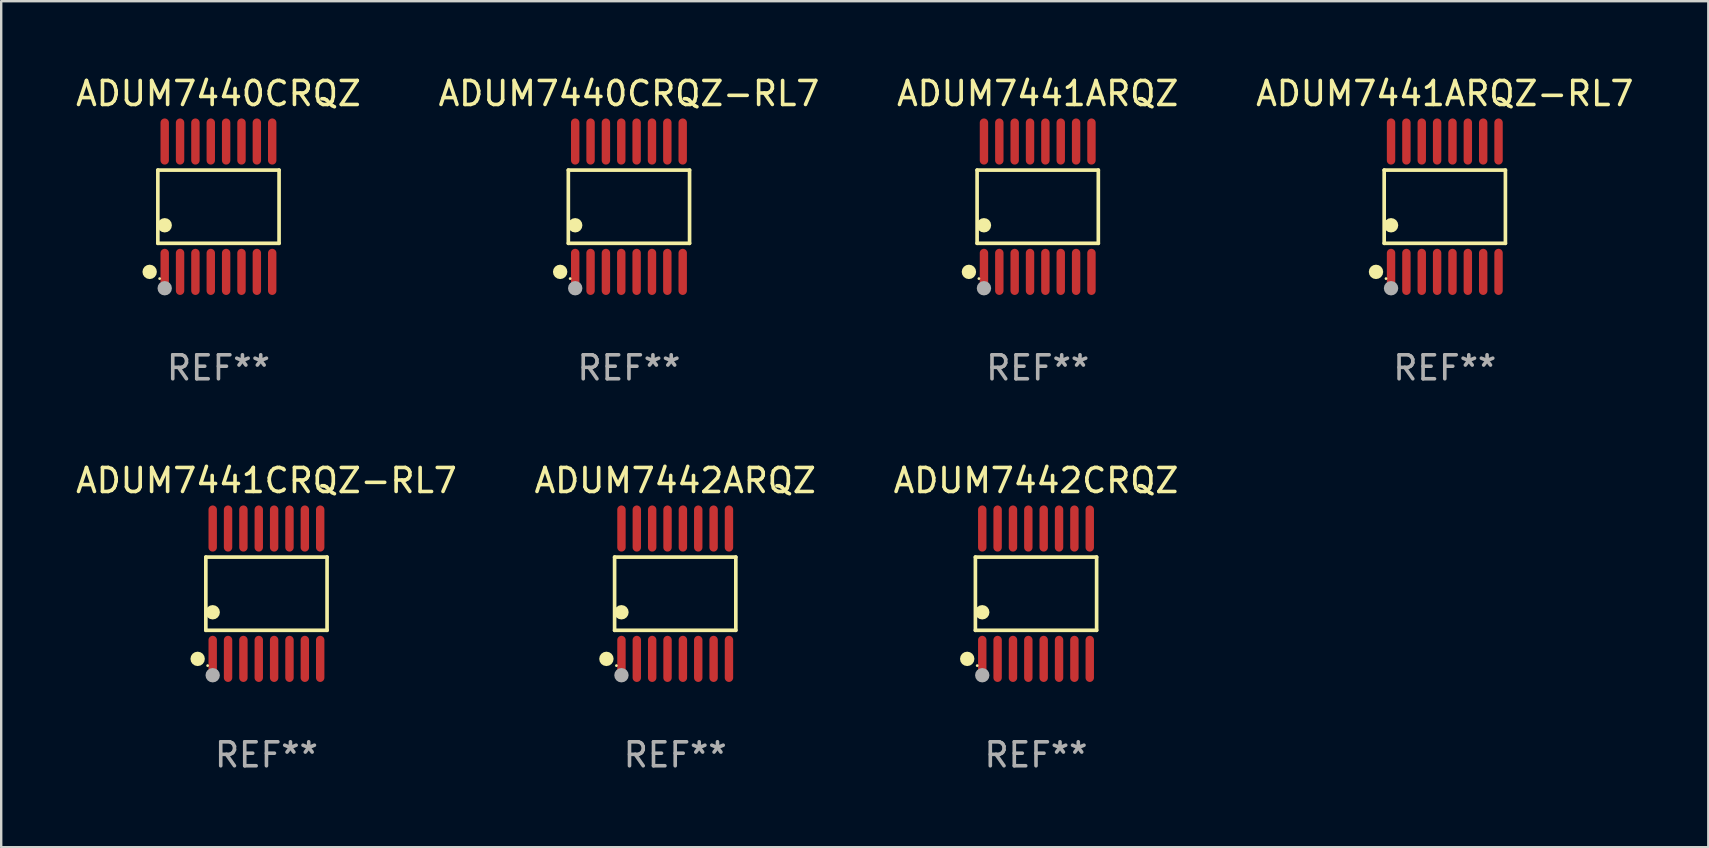
<source format=kicad_pcb>
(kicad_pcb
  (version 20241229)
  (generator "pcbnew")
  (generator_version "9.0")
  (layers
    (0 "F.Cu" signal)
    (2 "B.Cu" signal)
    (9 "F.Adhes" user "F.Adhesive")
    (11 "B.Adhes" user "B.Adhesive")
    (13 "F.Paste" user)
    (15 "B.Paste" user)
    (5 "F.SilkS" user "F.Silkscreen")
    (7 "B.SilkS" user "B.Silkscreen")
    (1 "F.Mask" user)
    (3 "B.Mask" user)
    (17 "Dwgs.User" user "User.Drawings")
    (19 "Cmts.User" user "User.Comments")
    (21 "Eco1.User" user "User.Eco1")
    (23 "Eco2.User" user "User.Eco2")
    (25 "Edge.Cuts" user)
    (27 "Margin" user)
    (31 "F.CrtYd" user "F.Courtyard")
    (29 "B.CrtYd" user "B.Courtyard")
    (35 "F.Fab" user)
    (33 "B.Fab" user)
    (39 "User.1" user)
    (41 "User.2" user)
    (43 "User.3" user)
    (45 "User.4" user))
  (footprint "ADUM7441ARQZ"
    (layer "F.Cu")
    (at 40.196 5.564)
    (property "Reference" "ADUM7441ARQZ" (at 0 -4.716 0) (layer "F.SilkS") (effects (font (size 1 1) (thickness 0.15))))
    (attr through_hole)
    (fp_line (start -2.526 -1.526) (end 2.526 -1.526) (stroke (width 0.152) (type solid)) (layer "F.SilkS"))
    (fp_line (start -2.526 1.526) (end -2.526 -1.526) (stroke (width 0.152) (type solid)) (layer "F.SilkS"))
    (fp_line (start 2.526 -1.526) (end 2.526 1.526) (stroke (width 0.152) (type solid)) (layer "F.SilkS"))
    (fp_line (start 2.526 1.526) (end -2.526 1.526) (stroke (width 0.152) (type solid)) (layer "F.SilkS"))
    (fp_circle (center -2.867 2.716) (end -2.717 2.716) (stroke (width 0.3) (type solid)) (fill no) (layer "F.SilkS"))
    (fp_circle (center -2.45 2.997) (end -2.42 2.997) (stroke (width 0.06) (type solid)) (fill no) (layer "F.SilkS"))
    (fp_circle (center -2.24 0.774) (end -2.09 0.774) (stroke (width 0.3) (type solid)) (fill no) (layer "F.SilkS"))
    (fp_circle (center -2.24 3.398) (end -2.09 3.398) (stroke (width 0.3) (type solid)) (fill no) (layer "F.Fab"))
    (fp_text user "REF**" (at 0 6.716 0) (layer "F.Fab") (effects (font (size 1 1) (thickness 0.15))))
    (pad "1" smd oval (at -2.24 2.716) (size 0.35 1.922) (layers "F.Cu" "F.Mask" "F.Paste"))
    (pad "2" smd oval (at -1.6 2.716) (size 0.35 1.922) (layers "F.Cu" "F.Mask" "F.Paste"))
    (pad "3" smd oval (at -0.96 2.716) (size 0.35 1.922) (layers "F.Cu" "F.Mask" "F.Paste"))
    (pad "4" smd oval (at -0.32 2.716) (size 0.35 1.922) (layers "F.Cu" "F.Mask" "F.Paste"))
    (pad "5" smd oval (at 0.32 2.716) (size 0.35 1.922) (layers "F.Cu" "F.Mask" "F.Paste"))
    (pad "6" smd oval (at 0.96 2.716) (size 0.35 1.922) (layers "F.Cu" "F.Mask" "F.Paste"))
    (pad "7" smd oval (at 1.6 2.716) (size 0.35 1.922) (layers "F.Cu" "F.Mask" "F.Paste"))
    (pad "8" smd oval (at 2.24 2.716) (size 0.35 1.922) (layers "F.Cu" "F.Mask" "F.Paste"))
    (pad "9" smd oval (at 2.24 -2.716) (size 0.35 1.922) (layers "F.Cu" "F.Mask" "F.Paste"))
    (pad "10" smd oval (at 1.6 -2.716) (size 0.35 1.922) (layers "F.Cu" "F.Mask" "F.Paste"))
    (pad "11" smd oval (at 0.96 -2.716) (size 0.35 1.922) (layers "F.Cu" "F.Mask" "F.Paste"))
    (pad "12" smd oval (at 0.32 -2.716) (size 0.35 1.922) (layers "F.Cu" "F.Mask" "F.Paste"))
    (pad "13" smd oval (at -0.32 -2.716) (size 0.35 1.922) (layers "F.Cu" "F.Mask" "F.Paste"))
    (pad "14" smd oval (at -0.96 -2.716) (size 0.35 1.922) (layers "F.Cu" "F.Mask" "F.Paste"))
    (pad "15" smd oval (at -1.6 -2.716) (size 0.35 1.922) (layers "F.Cu" "F.Mask" "F.Paste"))
    (pad "16" smd oval (at -2.24 -2.716) (size 0.35 1.922) (layers "F.Cu" "F.Mask" "F.Paste")))
  (footprint "ADUM7442ARQZ"
    (layer "F.Cu")
    (at 25.089 21.692)
    (property "Reference" "ADUM7442ARQZ" (at 0 -4.716 0) (layer "F.SilkS") (effects (font (size 1 1) (thickness 0.15))))
    (attr through_hole)
    (fp_line (start -2.526 -1.526) (end 2.526 -1.526) (stroke (width 0.152) (type solid)) (layer "F.SilkS"))
    (fp_line (start -2.526 1.526) (end -2.526 -1.526) (stroke (width 0.152) (type solid)) (layer "F.SilkS"))
    (fp_line (start 2.526 -1.526) (end 2.526 1.526) (stroke (width 0.152) (type solid)) (layer "F.SilkS"))
    (fp_line (start 2.526 1.526) (end -2.526 1.526) (stroke (width 0.152) (type solid)) (layer "F.SilkS"))
    (fp_circle (center -2.867 2.716) (end -2.717 2.716) (stroke (width 0.3) (type solid)) (fill no) (layer "F.SilkS"))
    (fp_circle (center -2.45 2.997) (end -2.42 2.997) (stroke (width 0.06) (type solid)) (fill no) (layer "F.SilkS"))
    (fp_circle (center -2.24 0.774) (end -2.09 0.774) (stroke (width 0.3) (type solid)) (fill no) (layer "F.SilkS"))
    (fp_circle (center -2.24 3.398) (end -2.09 3.398) (stroke (width 0.3) (type solid)) (fill no) (layer "F.Fab"))
    (fp_text user "REF**" (at 0 6.716 0) (layer "F.Fab") (effects (font (size 1 1) (thickness 0.15))))
    (pad "1" smd oval (at -2.24 2.716) (size 0.35 1.922) (layers "F.Cu" "F.Mask" "F.Paste"))
    (pad "2" smd oval (at -1.6 2.716) (size 0.35 1.922) (layers "F.Cu" "F.Mask" "F.Paste"))
    (pad "3" smd oval (at -0.96 2.716) (size 0.35 1.922) (layers "F.Cu" "F.Mask" "F.Paste"))
    (pad "4" smd oval (at -0.32 2.716) (size 0.35 1.922) (layers "F.Cu" "F.Mask" "F.Paste"))
    (pad "5" smd oval (at 0.32 2.716) (size 0.35 1.922) (layers "F.Cu" "F.Mask" "F.Paste"))
    (pad "6" smd oval (at 0.96 2.716) (size 0.35 1.922) (layers "F.Cu" "F.Mask" "F.Paste"))
    (pad "7" smd oval (at 1.6 2.716) (size 0.35 1.922) (layers "F.Cu" "F.Mask" "F.Paste"))
    (pad "8" smd oval (at 2.24 2.716) (size 0.35 1.922) (layers "F.Cu" "F.Mask" "F.Paste"))
    (pad "9" smd oval (at 2.24 -2.716) (size 0.35 1.922) (layers "F.Cu" "F.Mask" "F.Paste"))
    (pad "10" smd oval (at 1.6 -2.716) (size 0.35 1.922) (layers "F.Cu" "F.Mask" "F.Paste"))
    (pad "11" smd oval (at 0.96 -2.716) (size 0.35 1.922) (layers "F.Cu" "F.Mask" "F.Paste"))
    (pad "12" smd oval (at 0.32 -2.716) (size 0.35 1.922) (layers "F.Cu" "F.Mask" "F.Paste"))
    (pad "13" smd oval (at -0.32 -2.716) (size 0.35 1.922) (layers "F.Cu" "F.Mask" "F.Paste"))
    (pad "14" smd oval (at -0.96 -2.716) (size 0.35 1.922) (layers "F.Cu" "F.Mask" "F.Paste"))
    (pad "15" smd oval (at -1.6 -2.716) (size 0.35 1.922) (layers "F.Cu" "F.Mask" "F.Paste"))
    (pad "16" smd oval (at -2.24 -2.716) (size 0.35 1.922) (layers "F.Cu" "F.Mask" "F.Paste")))
  (footprint "ADUM7441CRQZ-RL7"
    (layer "F.Cu")
    (at 8.054 21.692)
    (property "Reference" "ADUM7441CRQZ-RL7" (at 0 -4.716 0) (layer "F.SilkS") (effects (font (size 1 1) (thickness 0.15))))
    (attr through_hole)
    (fp_line (start -2.526 -1.526) (end 2.526 -1.526) (stroke (width 0.152) (type solid)) (layer "F.SilkS"))
    (fp_line (start -2.526 1.526) (end -2.526 -1.526) (stroke (width 0.152) (type solid)) (layer "F.SilkS"))
    (fp_line (start 2.526 -1.526) (end 2.526 1.526) (stroke (width 0.152) (type solid)) (layer "F.SilkS"))
    (fp_line (start 2.526 1.526) (end -2.526 1.526) (stroke (width 0.152) (type solid)) (layer "F.SilkS"))
    (fp_circle (center -2.867 2.716) (end -2.717 2.716) (stroke (width 0.3) (type solid)) (fill no) (layer "F.SilkS"))
    (fp_circle (center -2.45 2.997) (end -2.42 2.997) (stroke (width 0.06) (type solid)) (fill no) (layer "F.SilkS"))
    (fp_circle (center -2.24 0.774) (end -2.09 0.774) (stroke (width 0.3) (type solid)) (fill no) (layer "F.SilkS"))
    (fp_circle (center -2.24 3.398) (end -2.09 3.398) (stroke (width 0.3) (type solid)) (fill no) (layer "F.Fab"))
    (fp_text user "REF**" (at 0 6.716 0) (layer "F.Fab") (effects (font (size 1 1) (thickness 0.15))))
    (pad "1" smd oval (at -2.24 2.716) (size 0.35 1.922) (layers "F.Cu" "F.Mask" "F.Paste"))
    (pad "2" smd oval (at -1.6 2.716) (size 0.35 1.922) (layers "F.Cu" "F.Mask" "F.Paste"))
    (pad "3" smd oval (at -0.96 2.716) (size 0.35 1.922) (layers "F.Cu" "F.Mask" "F.Paste"))
    (pad "4" smd oval (at -0.32 2.716) (size 0.35 1.922) (layers "F.Cu" "F.Mask" "F.Paste"))
    (pad "5" smd oval (at 0.32 2.716) (size 0.35 1.922) (layers "F.Cu" "F.Mask" "F.Paste"))
    (pad "6" smd oval (at 0.96 2.716) (size 0.35 1.922) (layers "F.Cu" "F.Mask" "F.Paste"))
    (pad "7" smd oval (at 1.6 2.716) (size 0.35 1.922) (layers "F.Cu" "F.Mask" "F.Paste"))
    (pad "8" smd oval (at 2.24 2.716) (size 0.35 1.922) (layers "F.Cu" "F.Mask" "F.Paste"))
    (pad "9" smd oval (at 2.24 -2.716) (size 0.35 1.922) (layers "F.Cu" "F.Mask" "F.Paste"))
    (pad "10" smd oval (at 1.6 -2.716) (size 0.35 1.922) (layers "F.Cu" "F.Mask" "F.Paste"))
    (pad "11" smd oval (at 0.96 -2.716) (size 0.35 1.922) (layers "F.Cu" "F.Mask" "F.Paste"))
    (pad "12" smd oval (at 0.32 -2.716) (size 0.35 1.922) (layers "F.Cu" "F.Mask" "F.Paste"))
    (pad "13" smd oval (at -0.32 -2.716) (size 0.35 1.922) (layers "F.Cu" "F.Mask" "F.Paste"))
    (pad "14" smd oval (at -0.96 -2.716) (size 0.35 1.922) (layers "F.Cu" "F.Mask" "F.Paste"))
    (pad "15" smd oval (at -1.6 -2.716) (size 0.35 1.922) (layers "F.Cu" "F.Mask" "F.Paste"))
    (pad "16" smd oval (at -2.24 -2.716) (size 0.35 1.922) (layers "F.Cu" "F.Mask" "F.Paste")))
  (footprint "ADUM7441ARQZ-RL7"
    (layer "F.Cu")
    (at 57.161 5.564)
    (property "Reference" "ADUM7441ARQZ-RL7" (at 0 -4.716 0) (layer "F.SilkS") (effects (font (size 1 1) (thickness 0.15))))
    (attr through_hole)
    (fp_line (start -2.526 -1.526) (end 2.526 -1.526) (stroke (width 0.152) (type solid)) (layer "F.SilkS"))
    (fp_line (start -2.526 1.526) (end -2.526 -1.526) (stroke (width 0.152) (type solid)) (layer "F.SilkS"))
    (fp_line (start 2.526 -1.526) (end 2.526 1.526) (stroke (width 0.152) (type solid)) (layer "F.SilkS"))
    (fp_line (start 2.526 1.526) (end -2.526 1.526) (stroke (width 0.152) (type solid)) (layer "F.SilkS"))
    (fp_circle (center -2.867 2.716) (end -2.717 2.716) (stroke (width 0.3) (type solid)) (fill no) (layer "F.SilkS"))
    (fp_circle (center -2.45 2.997) (end -2.42 2.997) (stroke (width 0.06) (type solid)) (fill no) (layer "F.SilkS"))
    (fp_circle (center -2.24 0.774) (end -2.09 0.774) (stroke (width 0.3) (type solid)) (fill no) (layer "F.SilkS"))
    (fp_circle (center -2.24 3.398) (end -2.09 3.398) (stroke (width 0.3) (type solid)) (fill no) (layer "F.Fab"))
    (fp_text user "REF**" (at 0 6.716 0) (layer "F.Fab") (effects (font (size 1 1) (thickness 0.15))))
    (pad "1" smd oval (at -2.24 2.716) (size 0.35 1.922) (layers "F.Cu" "F.Mask" "F.Paste"))
    (pad "2" smd oval (at -1.6 2.716) (size 0.35 1.922) (layers "F.Cu" "F.Mask" "F.Paste"))
    (pad "3" smd oval (at -0.96 2.716) (size 0.35 1.922) (layers "F.Cu" "F.Mask" "F.Paste"))
    (pad "4" smd oval (at -0.32 2.716) (size 0.35 1.922) (layers "F.Cu" "F.Mask" "F.Paste"))
    (pad "5" smd oval (at 0.32 2.716) (size 0.35 1.922) (layers "F.Cu" "F.Mask" "F.Paste"))
    (pad "6" smd oval (at 0.96 2.716) (size 0.35 1.922) (layers "F.Cu" "F.Mask" "F.Paste"))
    (pad "7" smd oval (at 1.6 2.716) (size 0.35 1.922) (layers "F.Cu" "F.Mask" "F.Paste"))
    (pad "8" smd oval (at 2.24 2.716) (size 0.35 1.922) (layers "F.Cu" "F.Mask" "F.Paste"))
    (pad "9" smd oval (at 2.24 -2.716) (size 0.35 1.922) (layers "F.Cu" "F.Mask" "F.Paste"))
    (pad "10" smd oval (at 1.6 -2.716) (size 0.35 1.922) (layers "F.Cu" "F.Mask" "F.Paste"))
    (pad "11" smd oval (at 0.96 -2.716) (size 0.35 1.922) (layers "F.Cu" "F.Mask" "F.Paste"))
    (pad "12" smd oval (at 0.32 -2.716) (size 0.35 1.922) (layers "F.Cu" "F.Mask" "F.Paste"))
    (pad "13" smd oval (at -0.32 -2.716) (size 0.35 1.922) (layers "F.Cu" "F.Mask" "F.Paste"))
    (pad "14" smd oval (at -0.96 -2.716) (size 0.35 1.922) (layers "F.Cu" "F.Mask" "F.Paste"))
    (pad "15" smd oval (at -1.6 -2.716) (size 0.35 1.922) (layers "F.Cu" "F.Mask" "F.Paste"))
    (pad "16" smd oval (at -2.24 -2.716) (size 0.35 1.922) (layers "F.Cu" "F.Mask" "F.Paste")))
  (footprint "ADUM7440CRQZ"
    (layer "F.Cu")
    (at 6.054 5.564)
    (property "Reference" "ADUM7440CRQZ" (at 0 -4.716 0) (layer "F.SilkS") (effects (font (size 1 1) (thickness 0.15))))
    (attr through_hole)
    (fp_line (start -2.526 -1.526) (end 2.526 -1.526) (stroke (width 0.152) (type solid)) (layer "F.SilkS"))
    (fp_line (start -2.526 1.526) (end -2.526 -1.526) (stroke (width 0.152) (type solid)) (layer "F.SilkS"))
    (fp_line (start 2.526 -1.526) (end 2.526 1.526) (stroke (width 0.152) (type solid)) (layer "F.SilkS"))
    (fp_line (start 2.526 1.526) (end -2.526 1.526) (stroke (width 0.152) (type solid)) (layer "F.SilkS"))
    (fp_circle (center -2.867 2.716) (end -2.717 2.716) (stroke (width 0.3) (type solid)) (fill no) (layer "F.SilkS"))
    (fp_circle (center -2.45 2.997) (end -2.42 2.997) (stroke (width 0.06) (type solid)) (fill no) (layer "F.SilkS"))
    (fp_circle (center -2.24 0.774) (end -2.09 0.774) (stroke (width 0.3) (type solid)) (fill no) (layer "F.SilkS"))
    (fp_circle (center -2.24 3.398) (end -2.09 3.398) (stroke (width 0.3) (type solid)) (fill no) (layer "F.Fab"))
    (fp_text user "REF**" (at 0 6.716 0) (layer "F.Fab") (effects (font (size 1 1) (thickness 0.15))))
    (pad "1" smd oval (at -2.24 2.716) (size 0.35 1.922) (layers "F.Cu" "F.Mask" "F.Paste"))
    (pad "2" smd oval (at -1.6 2.716) (size 0.35 1.922) (layers "F.Cu" "F.Mask" "F.Paste"))
    (pad "3" smd oval (at -0.96 2.716) (size 0.35 1.922) (layers "F.Cu" "F.Mask" "F.Paste"))
    (pad "4" smd oval (at -0.32 2.716) (size 0.35 1.922) (layers "F.Cu" "F.Mask" "F.Paste"))
    (pad "5" smd oval (at 0.32 2.716) (size 0.35 1.922) (layers "F.Cu" "F.Mask" "F.Paste"))
    (pad "6" smd oval (at 0.96 2.716) (size 0.35 1.922) (layers "F.Cu" "F.Mask" "F.Paste"))
    (pad "7" smd oval (at 1.6 2.716) (size 0.35 1.922) (layers "F.Cu" "F.Mask" "F.Paste"))
    (pad "8" smd oval (at 2.24 2.716) (size 0.35 1.922) (layers "F.Cu" "F.Mask" "F.Paste"))
    (pad "9" smd oval (at 2.24 -2.716) (size 0.35 1.922) (layers "F.Cu" "F.Mask" "F.Paste"))
    (pad "10" smd oval (at 1.6 -2.716) (size 0.35 1.922) (layers "F.Cu" "F.Mask" "F.Paste"))
    (pad "11" smd oval (at 0.96 -2.716) (size 0.35 1.922) (layers "F.Cu" "F.Mask" "F.Paste"))
    (pad "12" smd oval (at 0.32 -2.716) (size 0.35 1.922) (layers "F.Cu" "F.Mask" "F.Paste"))
    (pad "13" smd oval (at -0.32 -2.716) (size 0.35 1.922) (layers "F.Cu" "F.Mask" "F.Paste"))
    (pad "14" smd oval (at -0.96 -2.716) (size 0.35 1.922) (layers "F.Cu" "F.Mask" "F.Paste"))
    (pad "15" smd oval (at -1.6 -2.716) (size 0.35 1.922) (layers "F.Cu" "F.Mask" "F.Paste"))
    (pad "16" smd oval (at -2.24 -2.716) (size 0.35 1.922) (layers "F.Cu" "F.Mask" "F.Paste")))
  (footprint "ADUM7440CRQZ-RL7"
    (layer "F.Cu")
    (at 23.161 5.564)
    (property "Reference" "ADUM7440CRQZ-RL7" (at 0 -4.716 0) (layer "F.SilkS") (effects (font (size 1 1) (thickness 0.15))))
    (attr through_hole)
    (fp_line (start -2.526 -1.526) (end 2.526 -1.526) (stroke (width 0.152) (type solid)) (layer "F.SilkS"))
    (fp_line (start -2.526 1.526) (end -2.526 -1.526) (stroke (width 0.152) (type solid)) (layer "F.SilkS"))
    (fp_line (start 2.526 -1.526) (end 2.526 1.526) (stroke (width 0.152) (type solid)) (layer "F.SilkS"))
    (fp_line (start 2.526 1.526) (end -2.526 1.526) (stroke (width 0.152) (type solid)) (layer "F.SilkS"))
    (fp_circle (center -2.867 2.716) (end -2.717 2.716) (stroke (width 0.3) (type solid)) (fill no) (layer "F.SilkS"))
    (fp_circle (center -2.45 2.997) (end -2.42 2.997) (stroke (width 0.06) (type solid)) (fill no) (layer "F.SilkS"))
    (fp_circle (center -2.24 0.774) (end -2.09 0.774) (stroke (width 0.3) (type solid)) (fill no) (layer "F.SilkS"))
    (fp_circle (center -2.24 3.398) (end -2.09 3.398) (stroke (width 0.3) (type solid)) (fill no) (layer "F.Fab"))
    (fp_text user "REF**" (at 0 6.716 0) (layer "F.Fab") (effects (font (size 1 1) (thickness 0.15))))
    (pad "1" smd oval (at -2.24 2.716) (size 0.35 1.922) (layers "F.Cu" "F.Mask" "F.Paste"))
    (pad "2" smd oval (at -1.6 2.716) (size 0.35 1.922) (layers "F.Cu" "F.Mask" "F.Paste"))
    (pad "3" smd oval (at -0.96 2.716) (size 0.35 1.922) (layers "F.Cu" "F.Mask" "F.Paste"))
    (pad "4" smd oval (at -0.32 2.716) (size 0.35 1.922) (layers "F.Cu" "F.Mask" "F.Paste"))
    (pad "5" smd oval (at 0.32 2.716) (size 0.35 1.922) (layers "F.Cu" "F.Mask" "F.Paste"))
    (pad "6" smd oval (at 0.96 2.716) (size 0.35 1.922) (layers "F.Cu" "F.Mask" "F.Paste"))
    (pad "7" smd oval (at 1.6 2.716) (size 0.35 1.922) (layers "F.Cu" "F.Mask" "F.Paste"))
    (pad "8" smd oval (at 2.24 2.716) (size 0.35 1.922) (layers "F.Cu" "F.Mask" "F.Paste"))
    (pad "9" smd oval (at 2.24 -2.716) (size 0.35 1.922) (layers "F.Cu" "F.Mask" "F.Paste"))
    (pad "10" smd oval (at 1.6 -2.716) (size 0.35 1.922) (layers "F.Cu" "F.Mask" "F.Paste"))
    (pad "11" smd oval (at 0.96 -2.716) (size 0.35 1.922) (layers "F.Cu" "F.Mask" "F.Paste"))
    (pad "12" smd oval (at 0.32 -2.716) (size 0.35 1.922) (layers "F.Cu" "F.Mask" "F.Paste"))
    (pad "13" smd oval (at -0.32 -2.716) (size 0.35 1.922) (layers "F.Cu" "F.Mask" "F.Paste"))
    (pad "14" smd oval (at -0.96 -2.716) (size 0.35 1.922) (layers "F.Cu" "F.Mask" "F.Paste"))
    (pad "15" smd oval (at -1.6 -2.716) (size 0.35 1.922) (layers "F.Cu" "F.Mask" "F.Paste"))
    (pad "16" smd oval (at -2.24 -2.716) (size 0.35 1.922) (layers "F.Cu" "F.Mask" "F.Paste")))
  (footprint "ADUM7442CRQZ"
    (layer "F.Cu")
    (at 40.125 21.692)
    (property "Reference" "ADUM7442CRQZ" (at 0 -4.716 0) (layer "F.SilkS") (effects (font (size 1 1) (thickness 0.15))))
    (attr through_hole)
    (fp_line (start -2.526 -1.526) (end 2.526 -1.526) (stroke (width 0.152) (type solid)) (layer "F.SilkS"))
    (fp_line (start -2.526 1.526) (end -2.526 -1.526) (stroke (width 0.152) (type solid)) (layer "F.SilkS"))
    (fp_line (start 2.526 -1.526) (end 2.526 1.526) (stroke (width 0.152) (type solid)) (layer "F.SilkS"))
    (fp_line (start 2.526 1.526) (end -2.526 1.526) (stroke (width 0.152) (type solid)) (layer "F.SilkS"))
    (fp_circle (center -2.867 2.716) (end -2.717 2.716) (stroke (width 0.3) (type solid)) (fill no) (layer "F.SilkS"))
    (fp_circle (center -2.45 2.997) (end -2.42 2.997) (stroke (width 0.06) (type solid)) (fill no) (layer "F.SilkS"))
    (fp_circle (center -2.24 0.774) (end -2.09 0.774) (stroke (width 0.3) (type solid)) (fill no) (layer "F.SilkS"))
    (fp_circle (center -2.24 3.398) (end -2.09 3.398) (stroke (width 0.3) (type solid)) (fill no) (layer "F.Fab"))
    (fp_text user "REF**" (at 0 6.716 0) (layer "F.Fab") (effects (font (size 1 1) (thickness 0.15))))
    (pad "1" smd oval (at -2.24 2.716) (size 0.35 1.922) (layers "F.Cu" "F.Mask" "F.Paste"))
    (pad "2" smd oval (at -1.6 2.716) (size 0.35 1.922) (layers "F.Cu" "F.Mask" "F.Paste"))
    (pad "3" smd oval (at -0.96 2.716) (size 0.35 1.922) (layers "F.Cu" "F.Mask" "F.Paste"))
    (pad "4" smd oval (at -0.32 2.716) (size 0.35 1.922) (layers "F.Cu" "F.Mask" "F.Paste"))
    (pad "5" smd oval (at 0.32 2.716) (size 0.35 1.922) (layers "F.Cu" "F.Mask" "F.Paste"))
    (pad "6" smd oval (at 0.96 2.716) (size 0.35 1.922) (layers "F.Cu" "F.Mask" "F.Paste"))
    (pad "7" smd oval (at 1.6 2.716) (size 0.35 1.922) (layers "F.Cu" "F.Mask" "F.Paste"))
    (pad "8" smd oval (at 2.24 2.716) (size 0.35 1.922) (layers "F.Cu" "F.Mask" "F.Paste"))
    (pad "9" smd oval (at 2.24 -2.716) (size 0.35 1.922) (layers "F.Cu" "F.Mask" "F.Paste"))
    (pad "10" smd oval (at 1.6 -2.716) (size 0.35 1.922) (layers "F.Cu" "F.Mask" "F.Paste"))
    (pad "11" smd oval (at 0.96 -2.716) (size 0.35 1.922) (layers "F.Cu" "F.Mask" "F.Paste"))
    (pad "12" smd oval (at 0.32 -2.716) (size 0.35 1.922) (layers "F.Cu" "F.Mask" "F.Paste"))
    (pad "13" smd oval (at -0.32 -2.716) (size 0.35 1.922) (layers "F.Cu" "F.Mask" "F.Paste"))
    (pad "14" smd oval (at -0.96 -2.716) (size 0.35 1.922) (layers "F.Cu" "F.Mask" "F.Paste"))
    (pad "15" smd oval (at -1.6 -2.716) (size 0.35 1.922) (layers "F.Cu" "F.Mask" "F.Paste"))
    (pad "16" smd oval (at -2.24 -2.716) (size 0.35 1.922) (layers "F.Cu" "F.Mask" "F.Paste")))
  (gr_rect
    (start -3 -3)
    (end 68.143 32.256)
    (stroke (width 0.1) (type default))
    (fill no)
    (layer "Edge.Cuts")))
</source>
